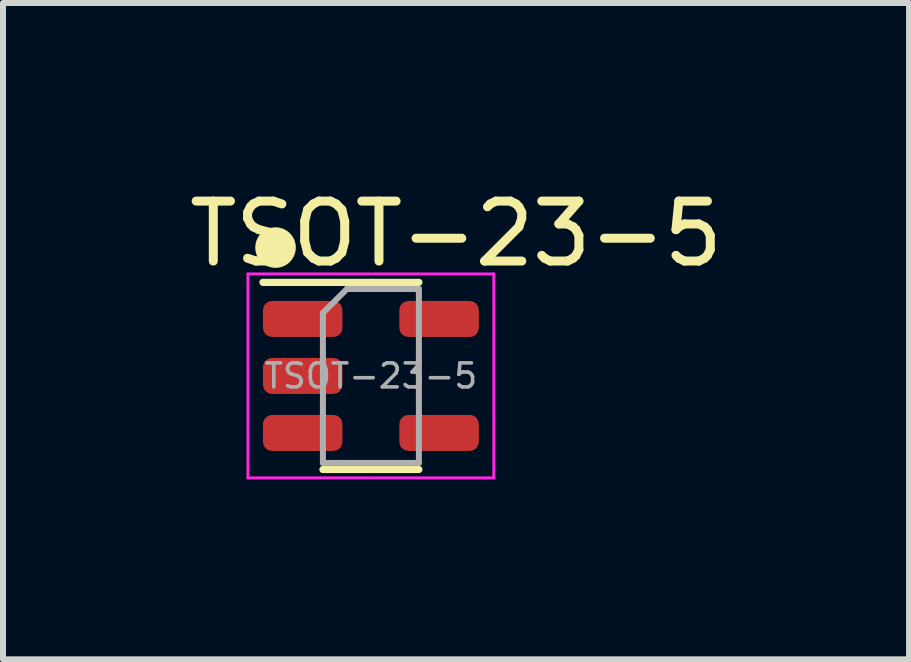
<source format=kicad_pcb>
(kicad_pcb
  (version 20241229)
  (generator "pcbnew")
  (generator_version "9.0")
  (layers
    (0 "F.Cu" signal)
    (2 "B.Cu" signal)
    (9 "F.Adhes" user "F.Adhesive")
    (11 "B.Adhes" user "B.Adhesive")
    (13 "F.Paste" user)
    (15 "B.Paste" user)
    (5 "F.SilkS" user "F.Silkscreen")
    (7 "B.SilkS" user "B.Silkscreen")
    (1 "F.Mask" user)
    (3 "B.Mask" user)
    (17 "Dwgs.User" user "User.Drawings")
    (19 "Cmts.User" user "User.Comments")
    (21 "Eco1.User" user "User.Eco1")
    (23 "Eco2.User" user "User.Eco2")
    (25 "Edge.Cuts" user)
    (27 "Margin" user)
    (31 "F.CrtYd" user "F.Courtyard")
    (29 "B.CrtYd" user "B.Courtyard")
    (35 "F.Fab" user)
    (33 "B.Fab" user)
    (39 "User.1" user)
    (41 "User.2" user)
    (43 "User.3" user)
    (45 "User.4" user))
  (footprint "TSOT-23-5"
    (layer "F.Cu")
    (at 3.134 3.218)
    (property "Reference" "TSOT-23-5" (at 1.42 -2.37 0) (layer "F.SilkS") (effects (font (size 1 1) (thickness 0.15))))
    (attr smd)
    (fp_line (start 0 -1.56) (end -1.8 -1.56) (stroke (width 0.12) (type solid)) (layer "F.SilkS"))
    (fp_line (start 0 -1.56) (end 0.8 -1.56) (stroke (width 0.12) (type solid)) (layer "F.SilkS"))
    (fp_line (start 0 1.56) (end -0.8 1.56) (stroke (width 0.12) (type solid)) (layer "F.SilkS"))
    (fp_line (start 0 1.56) (end 0.8 1.56) (stroke (width 0.12) (type solid)) (layer "F.SilkS"))
    (fp_circle (center -1.59 -2.14) (end -1.312 -2.14) (stroke (width 0.12) (type solid)) (fill yes) (layer "F.SilkS"))
    (fp_line (start -2.05 -1.7) (end -2.05 1.7) (stroke (width 0.05) (type solid)) (layer "F.CrtYd"))
    (fp_line (start -2.05 1.7) (end 2.05 1.7) (stroke (width 0.05) (type solid)) (layer "F.CrtYd"))
    (fp_line (start 2.05 -1.7) (end -2.05 -1.7) (stroke (width 0.05) (type solid)) (layer "F.CrtYd"))
    (fp_line (start 2.05 1.7) (end 2.05 -1.7) (stroke (width 0.05) (type solid)) (layer "F.CrtYd"))
    (fp_line (start -0.8 -1.05) (end -0.4 -1.45) (stroke (width 0.1) (type solid)) (layer "F.Fab"))
    (fp_line (start -0.8 1.45) (end -0.8 -1.05) (stroke (width 0.1) (type solid)) (layer "F.Fab"))
    (fp_line (start -0.4 -1.45) (end 0.8 -1.45) (stroke (width 0.1) (type solid)) (layer "F.Fab"))
    (fp_line (start 0.8 -1.45) (end 0.8 1.45) (stroke (width 0.1) (type solid)) (layer "F.Fab"))
    (fp_line (start 0.8 1.45) (end -0.8 1.45) (stroke (width 0.1) (type solid)) (layer "F.Fab"))
    (fp_text user "${REFERENCE}" (at 0 0 0) (layer "F.Fab") (effects (font (size 0.4 0.4) (thickness 0.06))))
    (pad "1" smd roundrect (at -1.137 -0.95) (size 1.325 0.6) (layers "F.Cu" "F.Mask" "F.Paste") (roundrect_rratio 0.25))
    (pad "2" smd roundrect (at -1.137 0) (size 1.325 0.6) (layers "F.Cu" "F.Mask" "F.Paste") (roundrect_rratio 0.25))
    (pad "3" smd roundrect (at -1.137 0.95) (size 1.325 0.6) (layers "F.Cu" "F.Mask" "F.Paste") (roundrect_rratio 0.25))
    (pad "4" smd roundrect (at 1.137 0.95) (size 1.325 0.6) (layers "F.Cu" "F.Mask" "F.Paste") (roundrect_rratio 0.25))
    (pad "5" smd roundrect (at 1.137 -0.95) (size 1.325 0.6) (layers "F.Cu" "F.Mask" "F.Paste") (roundrect_rratio 0.25)))
  (gr_rect
    (start -3 -3)
    (end 12.107 7.943)
    (stroke (width 0.1) (type default))
    (fill no)
    (layer "Edge.Cuts")))
</source>
